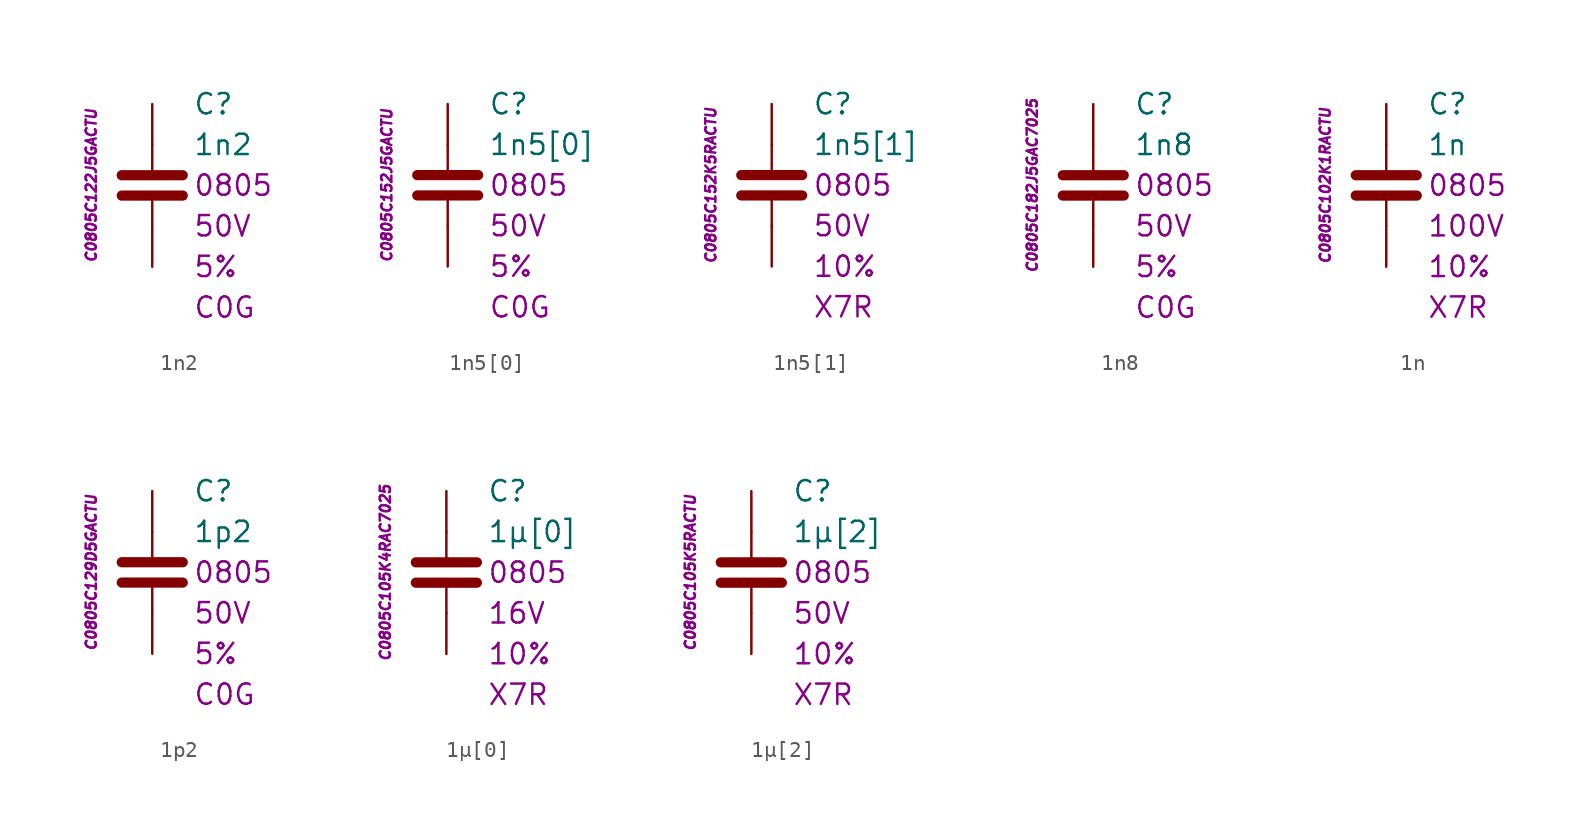
<source format=kicad_sym>
(kicad_symbol_lib
  (version 20201005)
  (generator kicad_symbol_editor)
  (symbol "1n2"
    (pin_numbers hide)
    (pin_names
      (offset 1.016) hide)
    (property "Reference" "C"
      (at 2.54 5.08 0)
      (effects (font (size 1.27 1.27)) (justify left)))
    (property "Value" "1n2"
      (at 2.54 2.54 0)
      (effects (font (size 1.27 1.27)) (justify left)))
    (property "Package" "0805"
      (at 2.54 0 0)
      (effects (font (size 1.27 1.27)) (justify left)))
    (property "Voltage" "50V"
      (at 2.54 -2.54 0)
      (effects (font (size 1.27 1.27)) (justify left)))
    (property "Tolerance" "5%"
      (at 2.54 -5.08 0)
      (effects (font (size 1.27 1.27)) (justify left)))
    (property "Dielectric" "C0G"
      (at 2.54 -7.62 0)
      (effects (font (size 1.27 1.27)) (justify left)))
    (property "ID" "C0805C122J5GACTU"
      (at -3.81 0 90)
      (effects (font (size 0.635 0.635) italic)))
    (symbol "1n2_0_1"
      (polyline (pts (xy -1.905 -0.635) (xy 1.905 -0.635)) (stroke (width 0.635)) (fill (type none)))
      (polyline (pts (xy -1.905 0.635) (xy 1.905 0.635)) (stroke (width 0.635)) (fill (type none)))
      (polyline (pts (xy 0 -2.54) (xy 0 -0.635)) (stroke (width 0.152)) (fill (type none)))
      (polyline (pts (xy 0 0.635) (xy 0 2.54)) (stroke (width 0.152)) (fill (type none))))
    (symbol "1n2_1_1"
      (pin passive line (at 0 5.08 270) (length 2.54) (name "~" (effects (font (size 1.778 1.778)))) (number "1" (effects (font (size 1.778 1.778)))))
      (pin passive line (at 0 -5.08 90) (length 2.54) (name "~" (effects (font (size 1.778 1.778)))) (number "2" (effects (font (size 1.778 1.778)))))))
  (symbol "1n5[0]"
    (pin_numbers hide)
    (pin_names
      (offset 1.016) hide)
    (property "Reference" "C"
      (at 2.54 5.08 0)
      (effects (font (size 1.27 1.27)) (justify left)))
    (property "Value" "1n5[0]"
      (at 2.54 2.54 0)
      (effects (font (size 1.27 1.27)) (justify left)))
    (property "Package" "0805"
      (at 2.54 0 0)
      (effects (font (size 1.27 1.27)) (justify left)))
    (property "Voltage" "50V"
      (at 2.54 -2.54 0)
      (effects (font (size 1.27 1.27)) (justify left)))
    (property "Tolerance" "5%"
      (at 2.54 -5.08 0)
      (effects (font (size 1.27 1.27)) (justify left)))
    (property "Dielectric" "C0G"
      (at 2.54 -7.62 0)
      (effects (font (size 1.27 1.27)) (justify left)))
    (property "ID" "C0805C152J5GACTU"
      (at -3.81 0 90)
      (effects (font (size 0.635 0.635) italic)))
    (symbol "1n5[0]_0_1"
      (polyline (pts (xy -1.905 -0.635) (xy 1.905 -0.635)) (stroke (width 0.635)) (fill (type none)))
      (polyline (pts (xy -1.905 0.635) (xy 1.905 0.635)) (stroke (width 0.635)) (fill (type none)))
      (polyline (pts (xy 0 -2.54) (xy 0 -0.635)) (stroke (width 0.152)) (fill (type none)))
      (polyline (pts (xy 0 0.635) (xy 0 2.54)) (stroke (width 0.152)) (fill (type none))))
    (symbol "1n5[0]_1_1"
      (pin passive line (at 0 5.08 270) (length 2.54) (name "~" (effects (font (size 1.778 1.778)))) (number "1" (effects (font (size 1.778 1.778)))))
      (pin passive line (at 0 -5.08 90) (length 2.54) (name "~" (effects (font (size 1.778 1.778)))) (number "2" (effects (font (size 1.778 1.778)))))))
  (symbol "1n5[1]"
    (pin_numbers hide)
    (pin_names
      (offset 1.016) hide)
    (property "Reference" "C"
      (at 2.54 5.08 0)
      (effects (font (size 1.27 1.27)) (justify left)))
    (property "Value" "1n5[1]"
      (at 2.54 2.54 0)
      (effects (font (size 1.27 1.27)) (justify left)))
    (property "Package" "0805"
      (at 2.54 0 0)
      (effects (font (size 1.27 1.27)) (justify left)))
    (property "Voltage" "50V"
      (at 2.54 -2.54 0)
      (effects (font (size 1.27 1.27)) (justify left)))
    (property "Tolerance" "10%"
      (at 2.54 -5.08 0)
      (effects (font (size 1.27 1.27)) (justify left)))
    (property "Dielectric" "X7R"
      (at 2.54 -7.62 0)
      (effects (font (size 1.27 1.27)) (justify left)))
    (property "ID" "C0805C152K5RACTU"
      (at -3.81 0 90)
      (effects (font (size 0.635 0.635) italic)))
    (symbol "1n5[1]_0_1"
      (polyline (pts (xy -1.905 -0.635) (xy 1.905 -0.635)) (stroke (width 0.635)) (fill (type none)))
      (polyline (pts (xy -1.905 0.635) (xy 1.905 0.635)) (stroke (width 0.635)) (fill (type none)))
      (polyline (pts (xy 0 -2.54) (xy 0 -0.635)) (stroke (width 0.152)) (fill (type none)))
      (polyline (pts (xy 0 0.635) (xy 0 2.54)) (stroke (width 0.152)) (fill (type none))))
    (symbol "1n5[1]_1_1"
      (pin passive line (at 0 5.08 270) (length 2.54) (name "~" (effects (font (size 1.778 1.778)))) (number "1" (effects (font (size 1.778 1.778)))))
      (pin passive line (at 0 -5.08 90) (length 2.54) (name "~" (effects (font (size 1.778 1.778)))) (number "2" (effects (font (size 1.778 1.778)))))))
  (symbol "1n8"
    (pin_numbers hide)
    (pin_names
      (offset 1.016) hide)
    (property "Reference" "C"
      (at 2.54 5.08 0)
      (effects (font (size 1.27 1.27)) (justify left)))
    (property "Value" "1n8"
      (at 2.54 2.54 0)
      (effects (font (size 1.27 1.27)) (justify left)))
    (property "Package" "0805"
      (at 2.54 0 0)
      (effects (font (size 1.27 1.27)) (justify left)))
    (property "Voltage" "50V"
      (at 2.54 -2.54 0)
      (effects (font (size 1.27 1.27)) (justify left)))
    (property "Tolerance" "5%"
      (at 2.54 -5.08 0)
      (effects (font (size 1.27 1.27)) (justify left)))
    (property "Dielectric" "C0G"
      (at 2.54 -7.62 0)
      (effects (font (size 1.27 1.27)) (justify left)))
    (property "ID" "C0805C182J5GAC7025"
      (at -3.81 0 90)
      (effects (font (size 0.635 0.635) italic)))
    (symbol "1n8_0_1"
      (polyline (pts (xy -1.905 -0.635) (xy 1.905 -0.635)) (stroke (width 0.635)) (fill (type none)))
      (polyline (pts (xy -1.905 0.635) (xy 1.905 0.635)) (stroke (width 0.635)) (fill (type none)))
      (polyline (pts (xy 0 -2.54) (xy 0 -0.635)) (stroke (width 0.152)) (fill (type none)))
      (polyline (pts (xy 0 0.635) (xy 0 2.54)) (stroke (width 0.152)) (fill (type none))))
    (symbol "1n8_1_1"
      (pin passive line (at 0 5.08 270) (length 2.54) (name "~" (effects (font (size 1.778 1.778)))) (number "1" (effects (font (size 1.778 1.778)))))
      (pin passive line (at 0 -5.08 90) (length 2.54) (name "~" (effects (font (size 1.778 1.778)))) (number "2" (effects (font (size 1.778 1.778)))))))
  (symbol "1n"
    (pin_numbers hide)
    (pin_names
      (offset 1.016) hide)
    (property "Reference" "C"
      (at 2.54 5.08 0)
      (effects (font (size 1.27 1.27)) (justify left)))
    (property "Value" "1n"
      (at 2.54 2.54 0)
      (effects (font (size 1.27 1.27)) (justify left)))
    (property "Package" "0805"
      (at 2.54 0 0)
      (effects (font (size 1.27 1.27)) (justify left)))
    (property "Voltage" "100V"
      (at 2.54 -2.54 0)
      (effects (font (size 1.27 1.27)) (justify left)))
    (property "Tolerance" "10%"
      (at 2.54 -5.08 0)
      (effects (font (size 1.27 1.27)) (justify left)))
    (property "Dielectric" "X7R"
      (at 2.54 -7.62 0)
      (effects (font (size 1.27 1.27)) (justify left)))
    (property "ID" "C0805C102K1RACTU"
      (at -3.81 0 90)
      (effects (font (size 0.635 0.635) italic)))
    (symbol "1n_0_1"
      (polyline (pts (xy -1.905 -0.635) (xy 1.905 -0.635)) (stroke (width 0.635)) (fill (type none)))
      (polyline (pts (xy -1.905 0.635) (xy 1.905 0.635)) (stroke (width 0.635)) (fill (type none)))
      (polyline (pts (xy 0 -2.54) (xy 0 -0.635)) (stroke (width 0.152)) (fill (type none)))
      (polyline (pts (xy 0 0.635) (xy 0 2.54)) (stroke (width 0.152)) (fill (type none))))
    (symbol "1n_1_1"
      (pin passive line (at 0 5.08 270) (length 2.54) (name "~" (effects (font (size 1.778 1.778)))) (number "1" (effects (font (size 1.778 1.778)))))
      (pin passive line (at 0 -5.08 90) (length 2.54) (name "~" (effects (font (size 1.778 1.778)))) (number "2" (effects (font (size 1.778 1.778)))))))
  (symbol "1p2"
    (pin_numbers hide)
    (pin_names
      (offset 1.016) hide)
    (property "Reference" "C"
      (at 2.54 5.08 0)
      (effects (font (size 1.27 1.27)) (justify left)))
    (property "Value" "1p2"
      (at 2.54 2.54 0)
      (effects (font (size 1.27 1.27)) (justify left)))
    (property "Package" "0805"
      (at 2.54 0 0)
      (effects (font (size 1.27 1.27)) (justify left)))
    (property "Voltage" "50V"
      (at 2.54 -2.54 0)
      (effects (font (size 1.27 1.27)) (justify left)))
    (property "Tolerance" "5%"
      (at 2.54 -5.08 0)
      (effects (font (size 1.27 1.27)) (justify left)))
    (property "Dielectric" "C0G"
      (at 2.54 -7.62 0)
      (effects (font (size 1.27 1.27)) (justify left)))
    (property "ID" "C0805C129D5GACTU"
      (at -3.81 0 90)
      (effects (font (size 0.635 0.635) italic)))
    (symbol "1p2_0_1"
      (polyline (pts (xy -1.905 -0.635) (xy 1.905 -0.635)) (stroke (width 0.635)) (fill (type none)))
      (polyline (pts (xy -1.905 0.635) (xy 1.905 0.635)) (stroke (width 0.635)) (fill (type none)))
      (polyline (pts (xy 0 -2.54) (xy 0 -0.635)) (stroke (width 0.152)) (fill (type none)))
      (polyline (pts (xy 0 0.635) (xy 0 2.54)) (stroke (width 0.152)) (fill (type none))))
    (symbol "1p2_1_1"
      (pin passive line (at 0 5.08 270) (length 2.54) (name "~" (effects (font (size 1.778 1.778)))) (number "1" (effects (font (size 1.778 1.778)))))
      (pin passive line (at 0 -5.08 90) (length 2.54) (name "~" (effects (font (size 1.778 1.778)))) (number "2" (effects (font (size 1.778 1.778)))))))
  (symbol "1µ[0]"
    (pin_numbers hide)
    (pin_names
      (offset 1.016) hide)
    (property "Reference" "C"
      (at 2.54 5.08 0)
      (effects (font (size 1.27 1.27)) (justify left)))
    (property "Value" "1µ[0]"
      (at 2.54 2.54 0)
      (effects (font (size 1.27 1.27)) (justify left)))
    (property "Package" "0805"
      (at 2.54 0 0)
      (effects (font (size 1.27 1.27)) (justify left)))
    (property "Voltage" "16V"
      (at 2.54 -2.54 0)
      (effects (font (size 1.27 1.27)) (justify left)))
    (property "Tolerance" "10%"
      (at 2.54 -5.08 0)
      (effects (font (size 1.27 1.27)) (justify left)))
    (property "Dielectric" "X7R"
      (at 2.54 -7.62 0)
      (effects (font (size 1.27 1.27)) (justify left)))
    (property "ID" "C0805C105K4RAC7025"
      (at -3.81 0 90)
      (effects (font (size 0.635 0.635) italic)))
    (symbol "1µ[0]_0_1"
      (polyline (pts (xy -1.905 -0.635) (xy 1.905 -0.635)) (stroke (width 0.635)) (fill (type none)))
      (polyline (pts (xy -1.905 0.635) (xy 1.905 0.635)) (stroke (width 0.635)) (fill (type none)))
      (polyline (pts (xy 0 -2.54) (xy 0 -0.635)) (stroke (width 0.152)) (fill (type none)))
      (polyline (pts (xy 0 0.635) (xy 0 2.54)) (stroke (width 0.152)) (fill (type none))))
    (symbol "1µ[0]_1_1"
      (pin passive line (at 0 5.08 270) (length 2.54) (name "~" (effects (font (size 1.778 1.778)))) (number "1" (effects (font (size 1.778 1.778)))))
      (pin passive line (at 0 -5.08 90) (length 2.54) (name "~" (effects (font (size 1.778 1.778)))) (number "2" (effects (font (size 1.778 1.778)))))))
  (symbol "1µ[2]"
    (pin_numbers hide)
    (pin_names
      (offset 1.016) hide)
    (property "Reference" "C"
      (at 2.54 5.08 0)
      (effects (font (size 1.27 1.27)) (justify left)))
    (property "Value" "1µ[2]"
      (at 2.54 2.54 0)
      (effects (font (size 1.27 1.27)) (justify left)))
    (property "Package" "0805"
      (at 2.54 0 0)
      (effects (font (size 1.27 1.27)) (justify left)))
    (property "Voltage" "50V"
      (at 2.54 -2.54 0)
      (effects (font (size 1.27 1.27)) (justify left)))
    (property "Tolerance" "10%"
      (at 2.54 -5.08 0)
      (effects (font (size 1.27 1.27)) (justify left)))
    (property "Dielectric" "X7R"
      (at 2.54 -7.62 0)
      (effects (font (size 1.27 1.27)) (justify left)))
    (property "ID" "C0805C105K5RACTU"
      (at -3.81 0 90)
      (effects (font (size 0.635 0.635) italic)))
    (symbol "1µ[2]_0_1"
      (polyline (pts (xy -1.905 -0.635) (xy 1.905 -0.635)) (stroke (width 0.635)) (fill (type none)))
      (polyline (pts (xy -1.905 0.635) (xy 1.905 0.635)) (stroke (width 0.635)) (fill (type none)))
      (polyline (pts (xy 0 -2.54) (xy 0 -0.635)) (stroke (width 0.152)) (fill (type none)))
      (polyline (pts (xy 0 0.635) (xy 0 2.54)) (stroke (width 0.152)) (fill (type none))))
    (symbol "1µ[2]_1_1"
      (pin passive line (at 0 5.08 270) (length 2.54) (name "~" (effects (font (size 1.778 1.778)))) (number "1" (effects (font (size 1.778 1.778)))))
      (pin passive line (at 0 -5.08 90) (length 2.54) (name "~" (effects (font (size 1.778 1.778)))) (number "2" (effects (font (size 1.778 1.778))))))))
</source>
